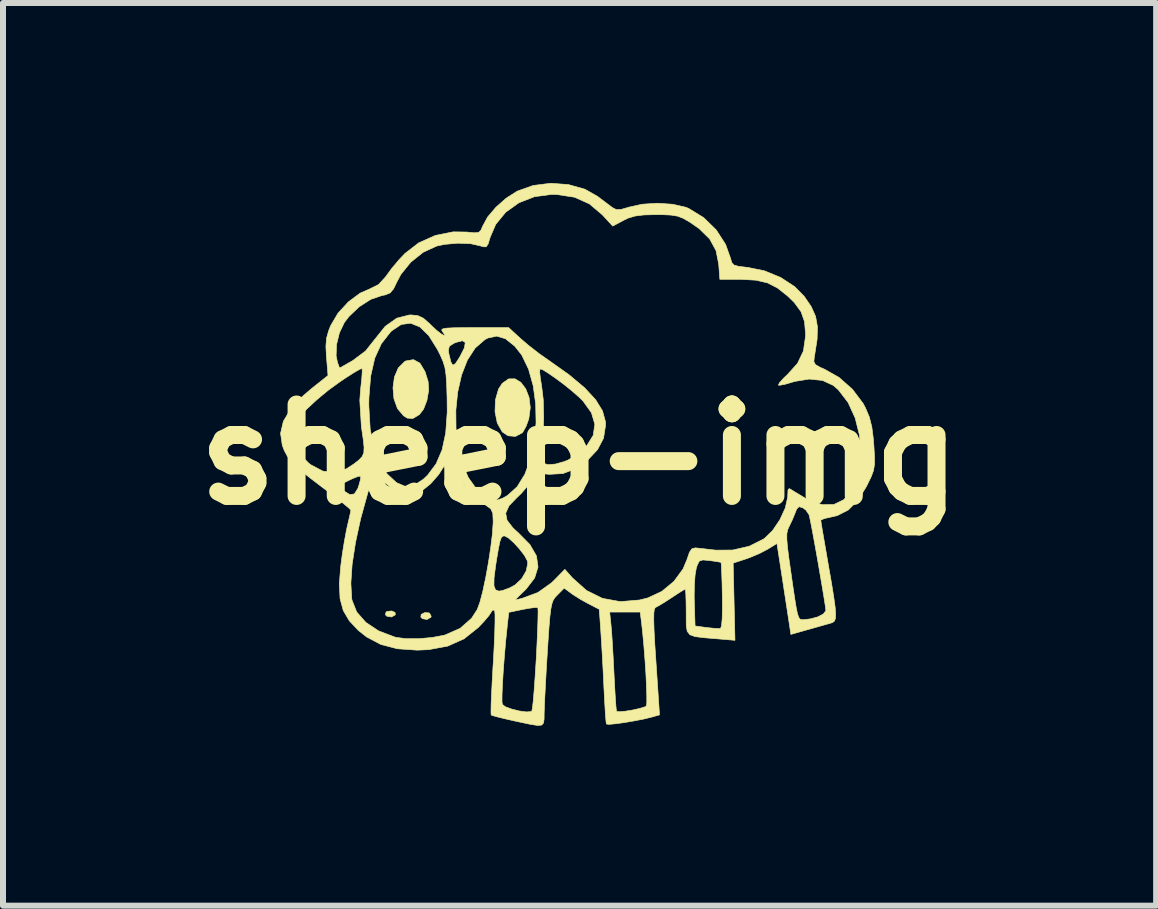
<source format=kicad_pcb>
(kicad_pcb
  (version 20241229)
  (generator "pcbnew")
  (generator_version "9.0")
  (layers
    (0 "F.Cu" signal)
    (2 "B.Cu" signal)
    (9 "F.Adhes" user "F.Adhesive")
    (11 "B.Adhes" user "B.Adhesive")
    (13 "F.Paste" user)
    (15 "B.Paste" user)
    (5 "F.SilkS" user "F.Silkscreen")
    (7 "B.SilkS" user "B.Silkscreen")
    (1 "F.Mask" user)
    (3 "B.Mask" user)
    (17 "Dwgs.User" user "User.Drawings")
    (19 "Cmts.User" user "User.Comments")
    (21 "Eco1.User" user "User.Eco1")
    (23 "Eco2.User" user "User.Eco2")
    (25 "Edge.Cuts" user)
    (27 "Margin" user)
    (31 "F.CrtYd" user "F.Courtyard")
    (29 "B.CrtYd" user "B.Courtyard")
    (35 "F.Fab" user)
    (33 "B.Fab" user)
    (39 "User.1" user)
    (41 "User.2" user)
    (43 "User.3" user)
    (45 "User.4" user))
  (footprint "sheep-img"
    (layer "F.Cu")
    (at 6.611 4.528)
    (property "Reference" "sheep-img" (at 0 0 0) (layer "F.SilkS") (effects (font (size 1.524 1.524) (thickness 0.3))))
    (attr smd)
    (fp_poly (pts (xy -3.075 2.632) (xy -3.071 2.671) (xy -3.134 2.707) (xy -3.21 2.695) (xy -3.236 2.671) (xy -3.226 2.626) (xy -3.207 2.614) (xy -3.13 2.607) (xy -3.075 2.632)) (stroke (width 0.01) (type solid)) (fill yes) (layer "F.SilkS"))
    (fp_poly (pts (xy -2.514 2.638) (xy -2.499 2.645) (xy -2.473 2.696) (xy -2.478 2.712) (xy -2.542 2.749) (xy -2.619 2.735) (xy -2.646 2.709) (xy -2.639 2.664) (xy -2.583 2.635) (xy -2.514 2.638)) (stroke (width 0.01) (type solid)) (fill yes) (layer "F.SilkS"))
    (fp_poly (pts (xy -2.661 -1.524) (xy -2.576 -1.383) (xy -2.524 -1.218) (xy -2.515 -1.07) (xy -2.544 -0.904) (xy -2.601 -0.756) (xy -2.67 -0.667) (xy -2.778 -0.602) (xy -2.871 -0.608) (xy -2.933 -0.646) (xy -3.035 -0.767) (xy -3.094 -0.931) (xy -3.11 -1.114) (xy -3.086 -1.293) (xy -3.021 -1.445) (xy -2.917 -1.549) (xy -2.896 -1.561) (xy -2.768 -1.583) (xy -2.661 -1.524)) (stroke (width 0.01) (type solid)) (fill yes) (layer "F.SilkS"))
    (fp_poly (pts (xy -0.978 -1.204) (xy -0.897 -1.096) (xy -0.841 -0.952) (xy -0.821 -0.782) (xy -0.845 -0.6) (xy -0.846 -0.595) (xy -0.891 -0.471) (xy -0.945 -0.375) (xy -0.957 -0.362) (xy -1.068 -0.303) (xy -1.194 -0.314) (xy -1.288 -0.378) (xy -1.371 -0.525) (xy -1.409 -0.713) (xy -1.402 -0.912) (xy -1.351 -1.091) (xy -1.288 -1.188) (xy -1.182 -1.262) (xy -1.076 -1.263) (xy -0.978 -1.204)) (stroke (width 0.01) (type solid)) (fill yes) (layer "F.SilkS"))
    (fp_poly (pts (xy -0.185 -4.501) (xy 0.089 -4.424) (xy 0.299 -4.305) (xy 0.417 -4.216) (xy 0.517 -4.141) (xy 0.553 -4.114) (xy 0.614 -4.084) (xy 0.693 -4.087) (xy 0.819 -4.123) (xy 0.824 -4.125) (xy 1.046 -4.174) (xy 1.3 -4.19) (xy 1.552 -4.173) (xy 1.768 -4.124) (xy 1.82 -4.103) (xy 2.068 -3.951) (xy 2.279 -3.745) (xy 2.435 -3.503) (xy 2.516 -3.276) (xy 2.537 -3.203) (xy 2.574 -3.16) (xy 2.65 -3.138) (xy 2.787 -3.122) (xy 2.801 -3.121) (xy 3.081 -3.064) (xy 3.352 -2.953) (xy 3.586 -2.8) (xy 3.744 -2.64) (xy 3.862 -2.467) (xy 3.935 -2.304) (xy 3.966 -2.129) (xy 3.96 -1.92) (xy 3.919 -1.656) (xy 3.914 -1.63) (xy 3.906 -1.551) (xy 3.932 -1.5) (xy 4.01 -1.455) (xy 4.08 -1.425) (xy 4.325 -1.287) (xy 4.549 -1.089) (xy 4.726 -0.854) (xy 4.766 -0.779) (xy 4.831 -0.625) (xy 4.872 -0.463) (xy 4.898 -0.26) (xy 4.906 -0.153) (xy 4.917 0.033) (xy 4.917 0.163) (xy 4.9 0.266) (xy 4.862 0.369) (xy 4.797 0.502) (xy 4.783 0.531) (xy 4.64 0.764) (xy 4.481 0.923) (xy 4.297 1.017) (xy 4.184 1.043) (xy 4.081 1.066) (xy 4.025 1.091) (xy 4.022 1.097) (xy 4.029 1.146) (xy 4.048 1.264) (xy 4.078 1.437) (xy 4.115 1.651) (xy 4.148 1.843) (xy 4.201 2.146) (xy 4.238 2.377) (xy 4.261 2.545) (xy 4.269 2.661) (xy 4.265 2.735) (xy 4.247 2.778) (xy 4.216 2.8) (xy 4.202 2.805) (xy 4.126 2.827) (xy 3.995 2.864) (xy 3.838 2.909) (xy 3.825 2.912) (xy 3.523 2.998) (xy 3.5 2.843) (xy 3.485 2.745) (xy 3.46 2.583) (xy 3.429 2.379) (xy 3.394 2.151) (xy 3.384 2.085) (xy 3.291 1.482) (xy 3.14 1.575) (xy 3.005 1.646) (xy 2.842 1.715) (xy 2.775 1.739) (xy 2.561 1.809) (xy 2.576 2.453) (xy 2.591 3.096) (xy 2.28 3.07) (xy 2.067 3.052) (xy 1.925 3.034) (xy 1.839 3.003) (xy 1.795 2.947) (xy 1.779 2.854) (xy 1.778 2.711) (xy 1.778 2.624) (xy 1.776 2.456) (xy 1.773 2.371) (xy 1.911 2.371) (xy 1.913 2.455) (xy 1.926 2.857) (xy 2.117 2.883) (xy 2.241 2.896) (xy 2.331 2.901) (xy 2.349 2.9) (xy 2.367 2.855) (xy 2.378 2.734) (xy 2.382 2.544) (xy 2.38 2.348) (xy 2.376 2.144) (xy 2.37 1.974) (xy 2.365 1.853) (xy 2.36 1.799) (xy 2.359 1.797) (xy 2.315 1.788) (xy 2.217 1.773) (xy 2.17 1.767) (xy 2.057 1.756) (xy 1.997 1.775) (xy 1.963 1.841) (xy 1.945 1.899) (xy 1.926 2.01) (xy 1.914 2.178) (xy 1.911 2.371) (xy 1.773 2.371) (xy 1.772 2.326) (xy 1.765 2.253) (xy 1.761 2.244) (xy 1.72 2.265) (xy 1.63 2.322) (xy 1.53 2.388) (xy 1.408 2.467) (xy 1.309 2.526) (xy 1.265 2.549) (xy 1.248 2.573) (xy 1.239 2.638) (xy 1.237 2.753) (xy 1.242 2.926) (xy 1.255 3.167) (xy 1.274 3.452) (xy 1.333 4.339) (xy 1.206 4.375) (xy 1.073 4.408) (xy 0.913 4.439) (xy 0.749 4.467) (xy 0.603 4.487) (xy 0.495 4.497) (xy 0.448 4.492) (xy 0.448 4.492) (xy 0.441 4.443) (xy 0.431 4.324) (xy 0.421 4.154) (xy 0.41 3.947) (xy 0.406 3.873) (xy 0.394 3.619) (xy 0.38 3.359) (xy 0.366 3.121) (xy 0.354 2.938) (xy 0.354 2.93) (xy 0.332 2.625) (xy 0.502 2.625) (xy 0.525 2.847) (xy 0.536 2.973) (xy 0.548 3.161) (xy 0.561 3.385) (xy 0.573 3.623) (xy 0.575 3.662) (xy 0.586 3.877) (xy 0.597 4.062) (xy 0.607 4.199) (xy 0.615 4.273) (xy 0.617 4.28) (xy 0.664 4.287) (xy 0.763 4.278) (xy 0.887 4.258) (xy 1.006 4.231) (xy 1.092 4.204) (xy 1.113 4.192) (xy 1.121 4.142) (xy 1.121 4.025) (xy 1.116 3.855) (xy 1.106 3.649) (xy 1.091 3.424) (xy 1.073 3.195) (xy 1.053 2.978) (xy 1.034 2.805) (xy 1.011 2.625) (xy 0.502 2.625) (xy 0.332 2.625) (xy 0.328 2.579) (xy 0.155 2.49) (xy 0.017 2.414) (xy -0.111 2.333) (xy -0.137 2.314) (xy -0.256 2.226) (xy -0.369 2.34) (xy -0.409 2.382) (xy -0.439 2.427) (xy -0.461 2.488) (xy -0.479 2.577) (xy -0.495 2.707) (xy -0.51 2.891) (xy -0.527 3.141) (xy -0.535 3.269) (xy -0.552 3.54) (xy -0.566 3.798) (xy -0.578 4.025) (xy -0.586 4.201) (xy -0.59 4.307) (xy -0.591 4.41) (xy -0.601 4.476) (xy -0.633 4.51) (xy -0.702 4.515) (xy -0.822 4.496) (xy -1.007 4.457) (xy -1.076 4.442) (xy -1.244 4.404) (xy -1.378 4.371) (xy -1.459 4.348) (xy -1.473 4.341) (xy -1.476 4.295) (xy -1.474 4.177) (xy -1.472 4.117) (xy -1.293 4.117) (xy -1.287 4.164) (xy -1.236 4.204) (xy -1.132 4.242) (xy -1.004 4.274) (xy -0.886 4.29) (xy -0.807 4.284) (xy -0.797 4.279) (xy -0.786 4.231) (xy -0.772 4.112) (xy -0.757 3.934) (xy -0.741 3.712) (xy -0.725 3.457) (xy -0.722 3.412) (xy -0.709 3.154) (xy -0.699 2.926) (xy -0.693 2.741) (xy -0.691 2.613) (xy -0.694 2.553) (xy -0.695 2.551) (xy -0.743 2.549) (xy -0.847 2.563) (xy -0.946 2.581) (xy -1.18 2.63) (xy -1.204 2.849) (xy -1.23 3.098) (xy -1.252 3.352) (xy -1.271 3.597) (xy -1.284 3.816) (xy -1.292 3.994) (xy -1.293 4.117) (xy -1.472 4.117) (xy -1.467 4.001) (xy -1.456 3.779) (xy -1.442 3.525) (xy -1.438 3.472) (xy -1.424 3.212) (xy -1.414 2.982) (xy -1.409 2.793) (xy -1.409 2.66) (xy -1.416 2.595) (xy -1.418 2.592) (xy -1.457 2.597) (xy -1.472 2.625) (xy -1.512 2.686) (xy -1.595 2.784) (xy -1.689 2.883) (xy -1.925 3.071) (xy -2.198 3.193) (xy -2.517 3.252) (xy -2.706 3.26) (xy -3.037 3.237) (xy -3.313 3.165) (xy -3.551 3.039) (xy -3.687 2.931) (xy -3.838 2.771) (xy -3.938 2.601) (xy -3.992 2.403) (xy -4.004 2.161) (xy -4.003 2.141) (xy -3.812 2.141) (xy -3.799 2.391) (xy -3.793 2.427) (xy -3.715 2.624) (xy -3.563 2.797) (xy -3.349 2.939) (xy -3.084 3.04) (xy -3.059 3.047) (xy -2.893 3.069) (xy -2.681 3.069) (xy -2.458 3.049) (xy -2.26 3.012) (xy -2.239 3.006) (xy -1.991 2.897) (xy -1.8 2.729) (xy -1.705 2.582) (xy -1.661 2.462) (xy -1.612 2.277) (xy -1.593 2.185) (xy -1.427 2.185) (xy -1.401 2.255) (xy -1.344 2.276) (xy -1.286 2.267) (xy -1.165 2.222) (xy -1.073 2.172) (xy -0.965 2.07) (xy -0.89 1.941) (xy -0.863 1.815) (xy -0.87 1.771) (xy -0.917 1.683) (xy -0.999 1.576) (xy -1.095 1.47) (xy -1.186 1.389) (xy -1.251 1.355) (xy -1.253 1.355) (xy -1.283 1.361) (xy -1.306 1.388) (xy -1.328 1.451) (xy -1.351 1.563) (xy -1.381 1.738) (xy -1.399 1.853) (xy -1.425 2.055) (xy -1.427 2.185) (xy -1.593 2.185) (xy -1.564 2.051) (xy -1.519 1.802) (xy -1.481 1.553) (xy -1.453 1.323) (xy -1.44 1.134) (xy -1.44 1.101) (xy -1.446 0.978) (xy -1.479 0.905) (xy -1.557 0.847) (xy -1.595 0.826) (xy -1.798 0.668) (xy -1.965 0.444) (xy -2.07 0.214) (xy -2.15 -0.014) (xy -2.239 0.161) (xy -2.348 0.333) (xy -2.481 0.485) (xy -2.618 0.596) (xy -2.731 0.646) (xy -2.927 0.642) (xy -3.124 0.564) (xy -3.28 0.442) (xy -3.426 0.296) (xy -3.532 0.646) (xy -3.649 1.069) (xy -3.735 1.467) (xy -3.791 1.829) (xy -3.812 2.141) (xy -4.003 2.141) (xy -3.982 1.87) (xy -3.954 1.655) (xy -3.919 1.439) (xy -3.885 1.257) (xy -3.874 1.206) (xy -3.842 1.069) (xy -3.819 0.967) (xy -3.812 0.926) (xy -3.843 0.893) (xy -3.931 0.82) (xy -4.062 0.716) (xy -4.224 0.593) (xy -4.272 0.557) (xy -4.317 0.523) (xy -4.034 0.523) (xy -3.938 0.6) (xy -3.831 0.666) (xy -3.754 0.657) (xy -3.697 0.567) (xy -3.682 0.526) (xy -3.654 0.425) (xy -3.647 0.363) (xy -3.649 0.358) (xy -3.694 0.365) (xy -3.787 0.402) (xy -3.85 0.432) (xy -4.034 0.523) (xy -4.317 0.523) (xy -4.498 0.385) (xy -4.665 0.249) (xy -4.784 0.136) (xy -4.866 0.035) (xy -4.922 -0.067) (xy -4.955 -0.155) (xy -4.984 -0.354) (xy -4.965 -0.436) (xy -4.789 -0.436) (xy -4.77 -0.212) (xy -4.678 -0.021) (xy -4.508 0.149) (xy -4.479 0.17) (xy -4.279 0.276) (xy -4.083 0.298) (xy -3.886 0.237) (xy -3.76 0.155) (xy -3.677 0.09) (xy -3.624 0.034) (xy -3.596 -0.031) (xy -3.592 -0.124) (xy -3.607 -0.263) (xy -3.637 -0.468) (xy -3.637 -0.47) (xy -3.658 -0.819) (xy -3.513 -0.819) (xy -3.49 -0.425) (xy -3.422 -0.091) (xy -3.309 0.179) (xy -3.207 0.323) (xy -3.051 0.468) (xy -2.904 0.531) (xy -2.758 0.512) (xy -2.604 0.411) (xy -2.532 0.342) (xy -2.391 0.154) (xy -2.292 -0.076) (xy -2.231 -0.359) (xy -2.206 -0.704) (xy -2.206 -0.74) (xy -2.062 -0.74) (xy -2.059 -0.433) (xy -2.024 -0.134) (xy -1.956 0.142) (xy -1.855 0.381) (xy -1.721 0.57) (xy -1.565 0.688) (xy -1.446 0.743) (xy -1.362 0.755) (xy -1.277 0.725) (xy -1.199 0.68) (xy -1.04 0.536) (xy -0.912 0.329) (xy -0.816 0.072) (xy -0.754 -0.218) (xy -0.725 -0.528) (xy -0.731 -0.842) (xy -0.772 -1.145) (xy -0.837 -1.378) (xy -0.665 -1.378) (xy -0.653 -1.27) (xy -0.632 -1.143) (xy -0.605 -0.917) (xy -0.598 -0.624) (xy -0.605 -0.382) (xy -0.613 -0.185) (xy -0.615 -0.02) (xy -0.612 0.096) (xy -0.604 0.143) (xy -0.528 0.168) (xy -0.402 0.158) (xy -0.253 0.116) (xy -0.19 0.09) (xy -0.054 0.008) (xy 0.081 -0.105) (xy 0.117 -0.143) (xy 0.228 -0.321) (xy 0.255 -0.507) (xy 0.198 -0.698) (xy 0.059 -0.892) (xy -0.007 -0.957) (xy -0.128 -1.063) (xy -0.266 -1.174) (xy -0.405 -1.277) (xy -0.528 -1.362) (xy -0.618 -1.417) (xy -0.66 -1.428) (xy -0.665 -1.378) (xy -0.837 -1.378) (xy -0.849 -1.422) (xy -0.963 -1.659) (xy -1.08 -1.807) (xy -1.235 -1.931) (xy -1.38 -1.975) (xy -1.528 -1.943) (xy -1.576 -1.918) (xy -1.739 -1.777) (xy -1.87 -1.575) (xy -1.967 -1.326) (xy -2.031 -1.043) (xy -2.062 -0.74) (xy -2.206 -0.74) (xy -2.208 -0.947) (xy -2.215 -1.169) (xy -2.226 -1.33) (xy -2.244 -1.45) (xy -2.275 -1.552) (xy -2.322 -1.659) (xy -2.362 -1.739) (xy -2.187 -1.739) (xy -2.177 -1.675) (xy -2.144 -1.542) (xy -2.112 -1.49) (xy -2.069 -1.516) (xy -2.002 -1.618) (xy -1.994 -1.632) (xy -1.919 -1.78) (xy -1.905 -1.868) (xy -1.952 -1.898) (xy -2.06 -1.87) (xy -2.095 -1.855) (xy -2.17 -1.807) (xy -2.187 -1.739) (xy -2.362 -1.739) (xy -2.371 -1.756) (xy -2.513 -1.983) (xy -2.662 -2.128) (xy -2.815 -2.19) (xy -2.972 -2.169) (xy -3.13 -2.064) (xy -3.151 -2.044) (xy -3.304 -1.848) (xy -3.414 -1.607) (xy -3.482 -1.309) (xy -3.511 -0.947) (xy -3.513 -0.819) (xy -3.658 -0.819) (xy -3.663 -0.906) (xy -3.648 -1.105) (xy -3.631 -1.258) (xy -3.623 -1.375) (xy -3.624 -1.434) (xy -3.625 -1.436) (xy -3.665 -1.422) (xy -3.758 -1.368) (xy -3.89 -1.284) (xy -3.994 -1.214) (xy -4.191 -1.071) (xy -4.378 -0.916) (xy -4.544 -0.762) (xy -4.676 -0.621) (xy -4.762 -0.505) (xy -4.789 -0.436) (xy -4.965 -0.436) (xy -4.937 -0.556) (xy -4.812 -0.763) (xy -4.608 -0.98) (xy -4.46 -1.106) (xy -4.193 -1.318) (xy -4.218 -1.623) (xy -4.22 -1.647) (xy -4.058 -1.647) (xy -4.035 -1.536) (xy -4 -1.442) (xy -3.779 -1.568) (xy -3.567 -1.727) (xy -3.414 -1.92) (xy -3.239 -2.138) (xy -3.047 -2.274) (xy -2.839 -2.327) (xy -2.808 -2.328) (xy -2.696 -2.317) (xy -2.602 -2.272) (xy -2.494 -2.177) (xy -2.477 -2.159) (xy -2.384 -2.072) (xy -2.307 -2.012) (xy -2.257 -1.985) (xy -2.249 -1.999) (xy -2.286 -2.053) (xy -2.299 -2.079) (xy -2.279 -2.096) (xy -2.216 -2.108) (xy -2.098 -2.114) (xy -1.914 -2.116) (xy -1.76 -2.117) (xy -1.182 -2.117) (xy -0.982 -1.933) (xy -0.841 -1.813) (xy -0.667 -1.678) (xy -0.508 -1.567) (xy -0.174 -1.33) (xy 0.084 -1.114) (xy 0.268 -0.915) (xy 0.383 -0.728) (xy 0.432 -0.549) (xy 0.434 -0.491) (xy 0.4 -0.273) (xy 0.299 -0.081) (xy 0.143 0.084) (xy -0.068 0.237) (xy -0.276 0.316) (xy -0.502 0.329) (xy -0.536 0.326) (xy -0.665 0.316) (xy -0.737 0.326) (xy -0.778 0.367) (xy -0.806 0.428) (xy -0.868 0.527) (xy -0.969 0.645) (xy -1.043 0.716) (xy -1.176 0.854) (xy -1.231 0.977) (xy -1.208 1.096) (xy -1.107 1.226) (xy -1.022 1.303) (xy -0.828 1.499) (xy -0.718 1.689) (xy -0.692 1.874) (xy -0.749 2.058) (xy -0.89 2.241) (xy -0.902 2.253) (xy -1.079 2.426) (xy -0.953 2.395) (xy -0.694 2.299) (xy -0.47 2.14) (xy -0.405 2.077) (xy -0.245 1.913) (xy -0.119 2.055) (xy 0.116 2.265) (xy 0.383 2.397) (xy 0.679 2.451) (xy 0.999 2.424) (xy 1.139 2.389) (xy 1.371 2.281) (xy 1.574 2.113) (xy 1.726 1.905) (xy 1.791 1.75) (xy 1.833 1.627) (xy 1.874 1.569) (xy 1.93 1.555) (xy 1.952 1.557) (xy 2.054 1.568) (xy 2.197 1.585) (xy 2.272 1.593) (xy 2.553 1.591) (xy 2.828 1.528) (xy 3.066 1.409) (xy 3.069 1.407) (xy 3.455 1.407) (xy 3.466 1.538) (xy 3.489 1.724) (xy 3.514 1.897) (xy 3.555 2.185) (xy 3.587 2.4) (xy 3.612 2.552) (xy 3.633 2.653) (xy 3.653 2.712) (xy 3.674 2.742) (xy 3.701 2.751) (xy 3.734 2.752) (xy 3.742 2.752) (xy 3.853 2.738) (xy 3.973 2.705) (xy 4.064 2.657) (xy 4.106 2.603) (xy 4.106 2.598) (xy 4.099 2.537) (xy 4.079 2.408) (xy 4.05 2.23) (xy 4.014 2.019) (xy 3.975 1.792) (xy 3.935 1.566) (xy 3.897 1.357) (xy 3.864 1.182) (xy 3.839 1.058) (xy 3.827 1.005) (xy 3.773 0.925) (xy 3.722 0.887) (xy 3.659 0.868) (xy 3.619 0.909) (xy 3.599 0.961) (xy 3.546 1.09) (xy 3.494 1.198) (xy 3.469 1.254) (xy 3.456 1.318) (xy 3.455 1.407) (xy 3.069 1.407) (xy 3.084 1.397) (xy 3.22 1.264) (xy 3.341 1.084) (xy 3.43 0.89) (xy 3.47 0.71) (xy 3.471 0.685) (xy 3.475 0.59) (xy 3.496 0.566) (xy 3.553 0.599) (xy 3.567 0.609) (xy 3.819 0.76) (xy 4.044 0.835) (xy 4.24 0.832) (xy 4.405 0.752) (xy 4.538 0.594) (xy 4.569 0.536) (xy 4.658 0.271) (xy 4.689 -0.021) (xy 4.667 -0.321) (xy 4.595 -0.609) (xy 4.477 -0.868) (xy 4.316 -1.078) (xy 4.23 -1.153) (xy 4.05 -1.236) (xy 3.829 -1.259) (xy 3.588 -1.22) (xy 3.553 -1.209) (xy 3.429 -1.173) (xy 3.341 -1.156) (xy 3.315 -1.158) (xy 3.332 -1.195) (xy 3.397 -1.269) (xy 3.463 -1.331) (xy 3.635 -1.522) (xy 3.732 -1.727) (xy 3.767 -1.971) (xy 3.768 -2.009) (xy 3.751 -2.215) (xy 3.693 -2.381) (xy 3.579 -2.536) (xy 3.469 -2.643) (xy 3.3 -2.777) (xy 3.134 -2.862) (xy 2.943 -2.907) (xy 2.7 -2.921) (xy 2.673 -2.921) (xy 2.339 -2.921) (xy 2.32 -3.174) (xy 2.275 -3.401) (xy 2.169 -3.595) (xy 1.994 -3.767) (xy 1.841 -3.873) (xy 1.731 -3.937) (xy 1.634 -3.975) (xy 1.522 -3.993) (xy 1.365 -4) (xy 1.273 -4) (xy 1.072 -3.995) (xy 0.927 -3.977) (xy 0.81 -3.942) (xy 0.731 -3.904) (xy 0.553 -3.809) (xy 0.379 -3.998) (xy 0.165 -4.179) (xy -0.082 -4.29) (xy -0.375 -4.335) (xy -0.467 -4.337) (xy -0.752 -4.299) (xy -1.012 -4.197) (xy -1.231 -4.04) (xy -1.397 -3.838) (xy -1.49 -3.623) (xy -1.524 -3.51) (xy -1.557 -3.463) (xy -1.609 -3.465) (xy -1.648 -3.478) (xy -1.818 -3.516) (xy -2.032 -3.524) (xy -2.252 -3.504) (xy -2.382 -3.476) (xy -2.606 -3.373) (xy -2.813 -3.208) (xy -2.978 -3.004) (xy -3.041 -2.886) (xy -3.101 -2.762) (xy -3.158 -2.695) (xy -3.238 -2.662) (xy -3.293 -2.652) (xy -3.48 -2.588) (xy -3.672 -2.465) (xy -3.844 -2.302) (xy -3.921 -2.201) (xy -4.003 -2.03) (xy -4.051 -1.834) (xy -4.058 -1.647) (xy -4.22 -1.647) (xy -4.228 -1.803) (xy -4.218 -1.938) (xy -4.183 -2.063) (xy -4.148 -2.151) (xy -4.026 -2.358) (xy -3.854 -2.545) (xy -3.658 -2.691) (xy -3.501 -2.76) (xy -3.351 -2.834) (xy -3.231 -2.965) (xy -3.221 -2.98) (xy -3.13 -3.104) (xy -3.008 -3.249) (xy -2.912 -3.351) (xy -2.68 -3.53) (xy -2.402 -3.654) (xy -2.105 -3.713) (xy -1.884 -3.71) (xy -1.753 -3.697) (xy -1.681 -3.704) (xy -1.643 -3.741) (xy -1.616 -3.806) (xy -1.533 -3.959) (xy -1.394 -4.123) (xy -1.223 -4.274) (xy -1.043 -4.389) (xy -1.043 -4.39) (xy -0.773 -4.486) (xy -0.48 -4.523) (xy -0.185 -4.501)) (stroke (width 0.01) (type solid)) (fill yes) (layer "F.SilkS")))
  (gr_rect
    (start -3 -3)
    (end 16.223 12.048)
    (stroke (width 0.1) (type default))
    (fill no)
    (layer "Edge.Cuts")))
</source>
